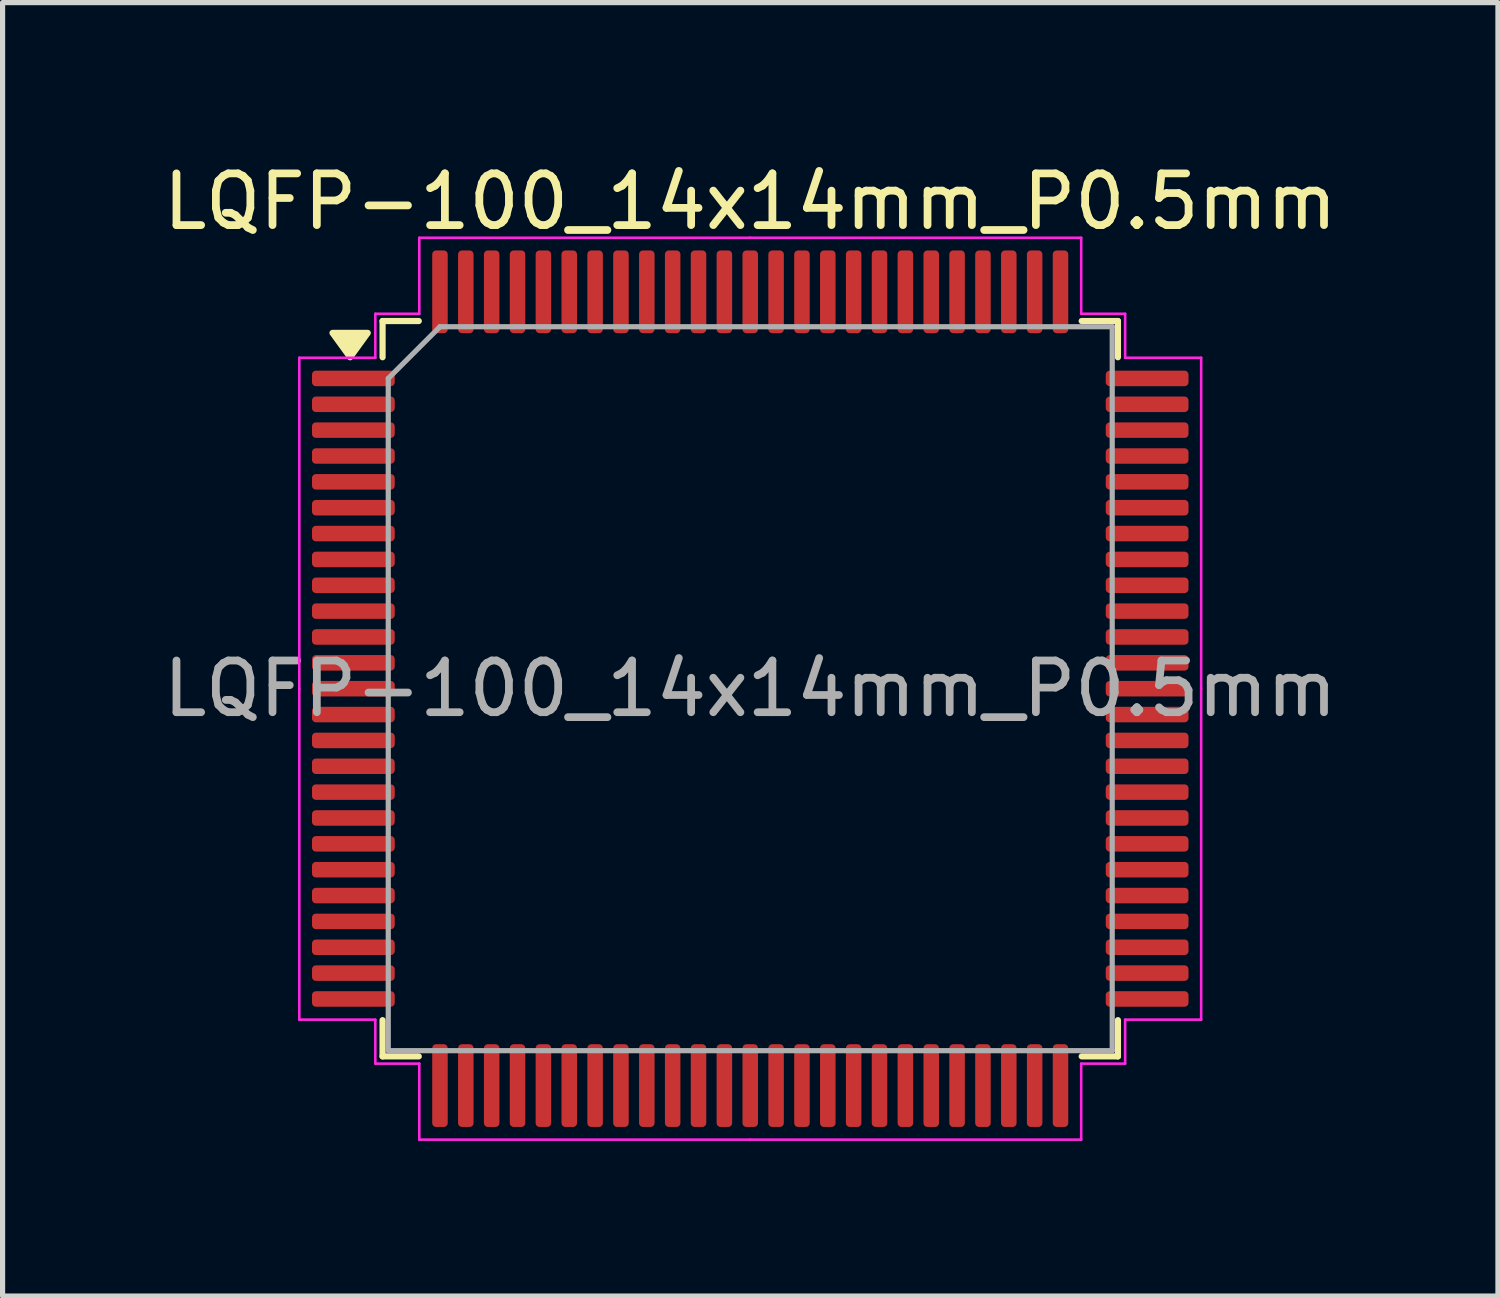
<source format=kicad_pcb>
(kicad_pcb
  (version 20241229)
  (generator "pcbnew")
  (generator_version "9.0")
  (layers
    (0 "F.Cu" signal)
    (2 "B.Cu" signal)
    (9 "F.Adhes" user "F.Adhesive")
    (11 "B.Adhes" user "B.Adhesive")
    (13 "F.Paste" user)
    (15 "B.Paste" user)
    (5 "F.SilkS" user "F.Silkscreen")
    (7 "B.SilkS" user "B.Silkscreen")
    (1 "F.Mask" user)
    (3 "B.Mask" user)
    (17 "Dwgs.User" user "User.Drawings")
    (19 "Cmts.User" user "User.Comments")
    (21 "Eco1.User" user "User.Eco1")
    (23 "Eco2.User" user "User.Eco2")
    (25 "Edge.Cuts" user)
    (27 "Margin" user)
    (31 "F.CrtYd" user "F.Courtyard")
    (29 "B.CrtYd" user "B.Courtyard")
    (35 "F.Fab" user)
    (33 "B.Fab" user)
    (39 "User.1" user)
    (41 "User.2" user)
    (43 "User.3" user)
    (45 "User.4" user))
  (footprint "LQFP-100_14x14mm_P0.5mm"
    (layer "F.Cu")
    (at 11.458 10.268)
    (property "Reference" "LQFP-100_14x14mm_P0.5mm" (at 0 -9.42 0) (layer "F.SilkS") (effects (font (size 1 1) (thickness 0.15))))
    (attr smd)
    (fp_line (start -7.11 -7.11) (end -7.11 -6.41) (stroke (width 0.12) (type solid)) (layer "F.SilkS"))
    (fp_line (start -7.11 7.11) (end -7.11 6.41) (stroke (width 0.12) (type solid)) (layer "F.SilkS"))
    (fp_line (start -6.41 -7.11) (end -7.11 -7.11) (stroke (width 0.12) (type solid)) (layer "F.SilkS"))
    (fp_line (start -6.41 7.11) (end -7.11 7.11) (stroke (width 0.12) (type solid)) (layer "F.SilkS"))
    (fp_line (start 6.41 -7.11) (end 7.11 -7.11) (stroke (width 0.12) (type solid)) (layer "F.SilkS"))
    (fp_line (start 6.41 7.11) (end 7.11 7.11) (stroke (width 0.12) (type solid)) (layer "F.SilkS"))
    (fp_line (start 7.11 -7.11) (end 7.11 -6.41) (stroke (width 0.12) (type solid)) (layer "F.SilkS"))
    (fp_line (start 7.11 7.11) (end 7.11 6.41) (stroke (width 0.12) (type solid)) (layer "F.SilkS"))
    (fp_poly (pts (xy -7.737 -6.41) (xy -8.078 -6.88) (xy -7.397 -6.88)) (stroke (width 0.12) (type solid)) (fill yes) (layer "F.SilkS"))
    (fp_line (start -8.72 -6.4) (end -8.72 0) (stroke (width 0.05) (type solid)) (layer "F.CrtYd"))
    (fp_line (start -8.72 6.4) (end -8.72 0) (stroke (width 0.05) (type solid)) (layer "F.CrtYd"))
    (fp_line (start -7.25 -7.25) (end -7.25 -6.4) (stroke (width 0.05) (type solid)) (layer "F.CrtYd"))
    (fp_line (start -7.25 -6.4) (end -8.72 -6.4) (stroke (width 0.05) (type solid)) (layer "F.CrtYd"))
    (fp_line (start -7.25 6.4) (end -8.72 6.4) (stroke (width 0.05) (type solid)) (layer "F.CrtYd"))
    (fp_line (start -7.25 7.25) (end -7.25 6.4) (stroke (width 0.05) (type solid)) (layer "F.CrtYd"))
    (fp_line (start -6.4 -8.72) (end -6.4 -7.25) (stroke (width 0.05) (type solid)) (layer "F.CrtYd"))
    (fp_line (start -6.4 -7.25) (end -7.25 -7.25) (stroke (width 0.05) (type solid)) (layer "F.CrtYd"))
    (fp_line (start -6.4 7.25) (end -7.25 7.25) (stroke (width 0.05) (type solid)) (layer "F.CrtYd"))
    (fp_line (start -6.4 8.72) (end -6.4 7.25) (stroke (width 0.05) (type solid)) (layer "F.CrtYd"))
    (fp_line (start 0 -8.72) (end -6.4 -8.72) (stroke (width 0.05) (type solid)) (layer "F.CrtYd"))
    (fp_line (start 0 -8.72) (end 6.4 -8.72) (stroke (width 0.05) (type solid)) (layer "F.CrtYd"))
    (fp_line (start 0 8.72) (end -6.4 8.72) (stroke (width 0.05) (type solid)) (layer "F.CrtYd"))
    (fp_line (start 0 8.72) (end 6.4 8.72) (stroke (width 0.05) (type solid)) (layer "F.CrtYd"))
    (fp_line (start 6.4 -8.72) (end 6.4 -7.25) (stroke (width 0.05) (type solid)) (layer "F.CrtYd"))
    (fp_line (start 6.4 -7.25) (end 7.25 -7.25) (stroke (width 0.05) (type solid)) (layer "F.CrtYd"))
    (fp_line (start 6.4 7.25) (end 7.25 7.25) (stroke (width 0.05) (type solid)) (layer "F.CrtYd"))
    (fp_line (start 6.4 8.72) (end 6.4 7.25) (stroke (width 0.05) (type solid)) (layer "F.CrtYd"))
    (fp_line (start 7.25 -7.25) (end 7.25 -6.4) (stroke (width 0.05) (type solid)) (layer "F.CrtYd"))
    (fp_line (start 7.25 -6.4) (end 8.72 -6.4) (stroke (width 0.05) (type solid)) (layer "F.CrtYd"))
    (fp_line (start 7.25 6.4) (end 8.72 6.4) (stroke (width 0.05) (type solid)) (layer "F.CrtYd"))
    (fp_line (start 7.25 7.25) (end 7.25 6.4) (stroke (width 0.05) (type solid)) (layer "F.CrtYd"))
    (fp_line (start 8.72 -6.4) (end 8.72 0) (stroke (width 0.05) (type solid)) (layer "F.CrtYd"))
    (fp_line (start 8.72 6.4) (end 8.72 0) (stroke (width 0.05) (type solid)) (layer "F.CrtYd"))
    (fp_line (start -7 -6) (end -6 -7) (stroke (width 0.1) (type solid)) (layer "F.Fab"))
    (fp_line (start -7 7) (end -7 -6) (stroke (width 0.1) (type solid)) (layer "F.Fab"))
    (fp_line (start -6 -7) (end 7 -7) (stroke (width 0.1) (type solid)) (layer "F.Fab"))
    (fp_line (start 7 -7) (end 7 7) (stroke (width 0.1) (type solid)) (layer "F.Fab"))
    (fp_line (start 7 7) (end -7 7) (stroke (width 0.1) (type solid)) (layer "F.Fab"))
    (fp_text user "${REFERENCE}" (at 0 0 0) (layer "F.Fab") (effects (font (size 1 1) (thickness 0.15))))
    (pad "1" smd roundrect (at -7.675 -6) (size 1.6 0.3) (layers "F.Cu" "F.Mask" "F.Paste") (roundrect_rratio 0.25))
    (pad "2" smd roundrect (at -7.675 -5.5) (size 1.6 0.3) (layers "F.Cu" "F.Mask" "F.Paste") (roundrect_rratio 0.25))
    (pad "3" smd roundrect (at -7.675 -5) (size 1.6 0.3) (layers "F.Cu" "F.Mask" "F.Paste") (roundrect_rratio 0.25))
    (pad "4" smd roundrect (at -7.675 -4.5) (size 1.6 0.3) (layers "F.Cu" "F.Mask" "F.Paste") (roundrect_rratio 0.25))
    (pad "5" smd roundrect (at -7.675 -4) (size 1.6 0.3) (layers "F.Cu" "F.Mask" "F.Paste") (roundrect_rratio 0.25))
    (pad "6" smd roundrect (at -7.675 -3.5) (size 1.6 0.3) (layers "F.Cu" "F.Mask" "F.Paste") (roundrect_rratio 0.25))
    (pad "7" smd roundrect (at -7.675 -3) (size 1.6 0.3) (layers "F.Cu" "F.Mask" "F.Paste") (roundrect_rratio 0.25))
    (pad "8" smd roundrect (at -7.675 -2.5) (size 1.6 0.3) (layers "F.Cu" "F.Mask" "F.Paste") (roundrect_rratio 0.25))
    (pad "9" smd roundrect (at -7.675 -2) (size 1.6 0.3) (layers "F.Cu" "F.Mask" "F.Paste") (roundrect_rratio 0.25))
    (pad "10" smd roundrect (at -7.675 -1.5) (size 1.6 0.3) (layers "F.Cu" "F.Mask" "F.Paste") (roundrect_rratio 0.25))
    (pad "11" smd roundrect (at -7.675 -1) (size 1.6 0.3) (layers "F.Cu" "F.Mask" "F.Paste") (roundrect_rratio 0.25))
    (pad "12" smd roundrect (at -7.675 -0.5) (size 1.6 0.3) (layers "F.Cu" "F.Mask" "F.Paste") (roundrect_rratio 0.25))
    (pad "13" smd roundrect (at -7.675 0) (size 1.6 0.3) (layers "F.Cu" "F.Mask" "F.Paste") (roundrect_rratio 0.25))
    (pad "14" smd roundrect (at -7.675 0.5) (size 1.6 0.3) (layers "F.Cu" "F.Mask" "F.Paste") (roundrect_rratio 0.25))
    (pad "15" smd roundrect (at -7.675 1) (size 1.6 0.3) (layers "F.Cu" "F.Mask" "F.Paste") (roundrect_rratio 0.25))
    (pad "16" smd roundrect (at -7.675 1.5) (size 1.6 0.3) (layers "F.Cu" "F.Mask" "F.Paste") (roundrect_rratio 0.25))
    (pad "17" smd roundrect (at -7.675 2) (size 1.6 0.3) (layers "F.Cu" "F.Mask" "F.Paste") (roundrect_rratio 0.25))
    (pad "18" smd roundrect (at -7.675 2.5) (size 1.6 0.3) (layers "F.Cu" "F.Mask" "F.Paste") (roundrect_rratio 0.25))
    (pad "19" smd roundrect (at -7.675 3) (size 1.6 0.3) (layers "F.Cu" "F.Mask" "F.Paste") (roundrect_rratio 0.25))
    (pad "20" smd roundrect (at -7.675 3.5) (size 1.6 0.3) (layers "F.Cu" "F.Mask" "F.Paste") (roundrect_rratio 0.25))
    (pad "21" smd roundrect (at -7.675 4) (size 1.6 0.3) (layers "F.Cu" "F.Mask" "F.Paste") (roundrect_rratio 0.25))
    (pad "22" smd roundrect (at -7.675 4.5) (size 1.6 0.3) (layers "F.Cu" "F.Mask" "F.Paste") (roundrect_rratio 0.25))
    (pad "23" smd roundrect (at -7.675 5) (size 1.6 0.3) (layers "F.Cu" "F.Mask" "F.Paste") (roundrect_rratio 0.25))
    (pad "24" smd roundrect (at -7.675 5.5) (size 1.6 0.3) (layers "F.Cu" "F.Mask" "F.Paste") (roundrect_rratio 0.25))
    (pad "25" smd roundrect (at -7.675 6) (size 1.6 0.3) (layers "F.Cu" "F.Mask" "F.Paste") (roundrect_rratio 0.25))
    (pad "26" smd roundrect (at -6 7.675) (size 0.3 1.6) (layers "F.Cu" "F.Mask" "F.Paste") (roundrect_rratio 0.25))
    (pad "27" smd roundrect (at -5.5 7.675) (size 0.3 1.6) (layers "F.Cu" "F.Mask" "F.Paste") (roundrect_rratio 0.25))
    (pad "28" smd roundrect (at -5 7.675) (size 0.3 1.6) (layers "F.Cu" "F.Mask" "F.Paste") (roundrect_rratio 0.25))
    (pad "29" smd roundrect (at -4.5 7.675) (size 0.3 1.6) (layers "F.Cu" "F.Mask" "F.Paste") (roundrect_rratio 0.25))
    (pad "30" smd roundrect (at -4 7.675) (size 0.3 1.6) (layers "F.Cu" "F.Mask" "F.Paste") (roundrect_rratio 0.25))
    (pad "31" smd roundrect (at -3.5 7.675) (size 0.3 1.6) (layers "F.Cu" "F.Mask" "F.Paste") (roundrect_rratio 0.25))
    (pad "32" smd roundrect (at -3 7.675) (size 0.3 1.6) (layers "F.Cu" "F.Mask" "F.Paste") (roundrect_rratio 0.25))
    (pad "33" smd roundrect (at -2.5 7.675) (size 0.3 1.6) (layers "F.Cu" "F.Mask" "F.Paste") (roundrect_rratio 0.25))
    (pad "34" smd roundrect (at -2 7.675) (size 0.3 1.6) (layers "F.Cu" "F.Mask" "F.Paste") (roundrect_rratio 0.25))
    (pad "35" smd roundrect (at -1.5 7.675) (size 0.3 1.6) (layers "F.Cu" "F.Mask" "F.Paste") (roundrect_rratio 0.25))
    (pad "36" smd roundrect (at -1 7.675) (size 0.3 1.6) (layers "F.Cu" "F.Mask" "F.Paste") (roundrect_rratio 0.25))
    (pad "37" smd roundrect (at -0.5 7.675) (size 0.3 1.6) (layers "F.Cu" "F.Mask" "F.Paste") (roundrect_rratio 0.25))
    (pad "38" smd roundrect (at 0 7.675) (size 0.3 1.6) (layers "F.Cu" "F.Mask" "F.Paste") (roundrect_rratio 0.25))
    (pad "39" smd roundrect (at 0.5 7.675) (size 0.3 1.6) (layers "F.Cu" "F.Mask" "F.Paste") (roundrect_rratio 0.25))
    (pad "40" smd roundrect (at 1 7.675) (size 0.3 1.6) (layers "F.Cu" "F.Mask" "F.Paste") (roundrect_rratio 0.25))
    (pad "41" smd roundrect (at 1.5 7.675) (size 0.3 1.6) (layers "F.Cu" "F.Mask" "F.Paste") (roundrect_rratio 0.25))
    (pad "42" smd roundrect (at 2 7.675) (size 0.3 1.6) (layers "F.Cu" "F.Mask" "F.Paste") (roundrect_rratio 0.25))
    (pad "43" smd roundrect (at 2.5 7.675) (size 0.3 1.6) (layers "F.Cu" "F.Mask" "F.Paste") (roundrect_rratio 0.25))
    (pad "44" smd roundrect (at 3 7.675) (size 0.3 1.6) (layers "F.Cu" "F.Mask" "F.Paste") (roundrect_rratio 0.25))
    (pad "45" smd roundrect (at 3.5 7.675) (size 0.3 1.6) (layers "F.Cu" "F.Mask" "F.Paste") (roundrect_rratio 0.25))
    (pad "46" smd roundrect (at 4 7.675) (size 0.3 1.6) (layers "F.Cu" "F.Mask" "F.Paste") (roundrect_rratio 0.25))
    (pad "47" smd roundrect (at 4.5 7.675) (size 0.3 1.6) (layers "F.Cu" "F.Mask" "F.Paste") (roundrect_rratio 0.25))
    (pad "48" smd roundrect (at 5 7.675) (size 0.3 1.6) (layers "F.Cu" "F.Mask" "F.Paste") (roundrect_rratio 0.25))
    (pad "49" smd roundrect (at 5.5 7.675) (size 0.3 1.6) (layers "F.Cu" "F.Mask" "F.Paste") (roundrect_rratio 0.25))
    (pad "50" smd roundrect (at 6 7.675) (size 0.3 1.6) (layers "F.Cu" "F.Mask" "F.Paste") (roundrect_rratio 0.25))
    (pad "51" smd roundrect (at 7.675 6) (size 1.6 0.3) (layers "F.Cu" "F.Mask" "F.Paste") (roundrect_rratio 0.25))
    (pad "52" smd roundrect (at 7.675 5.5) (size 1.6 0.3) (layers "F.Cu" "F.Mask" "F.Paste") (roundrect_rratio 0.25))
    (pad "53" smd roundrect (at 7.675 5) (size 1.6 0.3) (layers "F.Cu" "F.Mask" "F.Paste") (roundrect_rratio 0.25))
    (pad "54" smd roundrect (at 7.675 4.5) (size 1.6 0.3) (layers "F.Cu" "F.Mask" "F.Paste") (roundrect_rratio 0.25))
    (pad "55" smd roundrect (at 7.675 4) (size 1.6 0.3) (layers "F.Cu" "F.Mask" "F.Paste") (roundrect_rratio 0.25))
    (pad "56" smd roundrect (at 7.675 3.5) (size 1.6 0.3) (layers "F.Cu" "F.Mask" "F.Paste") (roundrect_rratio 0.25))
    (pad "57" smd roundrect (at 7.675 3) (size 1.6 0.3) (layers "F.Cu" "F.Mask" "F.Paste") (roundrect_rratio 0.25))
    (pad "58" smd roundrect (at 7.675 2.5) (size 1.6 0.3) (layers "F.Cu" "F.Mask" "F.Paste") (roundrect_rratio 0.25))
    (pad "59" smd roundrect (at 7.675 2) (size 1.6 0.3) (layers "F.Cu" "F.Mask" "F.Paste") (roundrect_rratio 0.25))
    (pad "60" smd roundrect (at 7.675 1.5) (size 1.6 0.3) (layers "F.Cu" "F.Mask" "F.Paste") (roundrect_rratio 0.25))
    (pad "61" smd roundrect (at 7.675 1) (size 1.6 0.3) (layers "F.Cu" "F.Mask" "F.Paste") (roundrect_rratio 0.25))
    (pad "62" smd roundrect (at 7.675 0.5) (size 1.6 0.3) (layers "F.Cu" "F.Mask" "F.Paste") (roundrect_rratio 0.25))
    (pad "63" smd roundrect (at 7.675 0) (size 1.6 0.3) (layers "F.Cu" "F.Mask" "F.Paste") (roundrect_rratio 0.25))
    (pad "64" smd roundrect (at 7.675 -0.5) (size 1.6 0.3) (layers "F.Cu" "F.Mask" "F.Paste") (roundrect_rratio 0.25))
    (pad "65" smd roundrect (at 7.675 -1) (size 1.6 0.3) (layers "F.Cu" "F.Mask" "F.Paste") (roundrect_rratio 0.25))
    (pad "66" smd roundrect (at 7.675 -1.5) (size 1.6 0.3) (layers "F.Cu" "F.Mask" "F.Paste") (roundrect_rratio 0.25))
    (pad "67" smd roundrect (at 7.675 -2) (size 1.6 0.3) (layers "F.Cu" "F.Mask" "F.Paste") (roundrect_rratio 0.25))
    (pad "68" smd roundrect (at 7.675 -2.5) (size 1.6 0.3) (layers "F.Cu" "F.Mask" "F.Paste") (roundrect_rratio 0.25))
    (pad "69" smd roundrect (at 7.675 -3) (size 1.6 0.3) (layers "F.Cu" "F.Mask" "F.Paste") (roundrect_rratio 0.25))
    (pad "70" smd roundrect (at 7.675 -3.5) (size 1.6 0.3) (layers "F.Cu" "F.Mask" "F.Paste") (roundrect_rratio 0.25))
    (pad "71" smd roundrect (at 7.675 -4) (size 1.6 0.3) (layers "F.Cu" "F.Mask" "F.Paste") (roundrect_rratio 0.25))
    (pad "72" smd roundrect (at 7.675 -4.5) (size 1.6 0.3) (layers "F.Cu" "F.Mask" "F.Paste") (roundrect_rratio 0.25))
    (pad "73" smd roundrect (at 7.675 -5) (size 1.6 0.3) (layers "F.Cu" "F.Mask" "F.Paste") (roundrect_rratio 0.25))
    (pad "74" smd roundrect (at 7.675 -5.5) (size 1.6 0.3) (layers "F.Cu" "F.Mask" "F.Paste") (roundrect_rratio 0.25))
    (pad "75" smd roundrect (at 7.675 -6) (size 1.6 0.3) (layers "F.Cu" "F.Mask" "F.Paste") (roundrect_rratio 0.25))
    (pad "76" smd roundrect (at 6 -7.675) (size 0.3 1.6) (layers "F.Cu" "F.Mask" "F.Paste") (roundrect_rratio 0.25))
    (pad "77" smd roundrect (at 5.5 -7.675) (size 0.3 1.6) (layers "F.Cu" "F.Mask" "F.Paste") (roundrect_rratio 0.25))
    (pad "78" smd roundrect (at 5 -7.675) (size 0.3 1.6) (layers "F.Cu" "F.Mask" "F.Paste") (roundrect_rratio 0.25))
    (pad "79" smd roundrect (at 4.5 -7.675) (size 0.3 1.6) (layers "F.Cu" "F.Mask" "F.Paste") (roundrect_rratio 0.25))
    (pad "80" smd roundrect (at 4 -7.675) (size 0.3 1.6) (layers "F.Cu" "F.Mask" "F.Paste") (roundrect_rratio 0.25))
    (pad "81" smd roundrect (at 3.5 -7.675) (size 0.3 1.6) (layers "F.Cu" "F.Mask" "F.Paste") (roundrect_rratio 0.25))
    (pad "82" smd roundrect (at 3 -7.675) (size 0.3 1.6) (layers "F.Cu" "F.Mask" "F.Paste") (roundrect_rratio 0.25))
    (pad "83" smd roundrect (at 2.5 -7.675) (size 0.3 1.6) (layers "F.Cu" "F.Mask" "F.Paste") (roundrect_rratio 0.25))
    (pad "84" smd roundrect (at 2 -7.675) (size 0.3 1.6) (layers "F.Cu" "F.Mask" "F.Paste") (roundrect_rratio 0.25))
    (pad "85" smd roundrect (at 1.5 -7.675) (size 0.3 1.6) (layers "F.Cu" "F.Mask" "F.Paste") (roundrect_rratio 0.25))
    (pad "86" smd roundrect (at 1 -7.675) (size 0.3 1.6) (layers "F.Cu" "F.Mask" "F.Paste") (roundrect_rratio 0.25))
    (pad "87" smd roundrect (at 0.5 -7.675) (size 0.3 1.6) (layers "F.Cu" "F.Mask" "F.Paste") (roundrect_rratio 0.25))
    (pad "88" smd roundrect (at 0 -7.675) (size 0.3 1.6) (layers "F.Cu" "F.Mask" "F.Paste") (roundrect_rratio 0.25))
    (pad "89" smd roundrect (at -0.5 -7.675) (size 0.3 1.6) (layers "F.Cu" "F.Mask" "F.Paste") (roundrect_rratio 0.25))
    (pad "90" smd roundrect (at -1 -7.675) (size 0.3 1.6) (layers "F.Cu" "F.Mask" "F.Paste") (roundrect_rratio 0.25))
    (pad "91" smd roundrect (at -1.5 -7.675) (size 0.3 1.6) (layers "F.Cu" "F.Mask" "F.Paste") (roundrect_rratio 0.25))
    (pad "92" smd roundrect (at -2 -7.675) (size 0.3 1.6) (layers "F.Cu" "F.Mask" "F.Paste") (roundrect_rratio 0.25))
    (pad "93" smd roundrect (at -2.5 -7.675) (size 0.3 1.6) (layers "F.Cu" "F.Mask" "F.Paste") (roundrect_rratio 0.25))
    (pad "94" smd roundrect (at -3 -7.675) (size 0.3 1.6) (layers "F.Cu" "F.Mask" "F.Paste") (roundrect_rratio 0.25))
    (pad "95" smd roundrect (at -3.5 -7.675) (size 0.3 1.6) (layers "F.Cu" "F.Mask" "F.Paste") (roundrect_rratio 0.25))
    (pad "96" smd roundrect (at -4 -7.675) (size 0.3 1.6) (layers "F.Cu" "F.Mask" "F.Paste") (roundrect_rratio 0.25))
    (pad "97" smd roundrect (at -4.5 -7.675) (size 0.3 1.6) (layers "F.Cu" "F.Mask" "F.Paste") (roundrect_rratio 0.25))
    (pad "98" smd roundrect (at -5 -7.675) (size 0.3 1.6) (layers "F.Cu" "F.Mask" "F.Paste") (roundrect_rratio 0.25))
    (pad "99" smd roundrect (at -5.5 -7.675) (size 0.3 1.6) (layers "F.Cu" "F.Mask" "F.Paste") (roundrect_rratio 0.25))
    (pad "100" smd roundrect (at -6 -7.675) (size 0.3 1.6) (layers "F.Cu" "F.Mask" "F.Paste") (roundrect_rratio 0.25)))
  (gr_rect
    (start -3 -3)
    (end 25.917 22.013)
    (stroke (width 0.1) (type default))
    (fill no)
    (layer "Edge.Cuts")))
</source>
